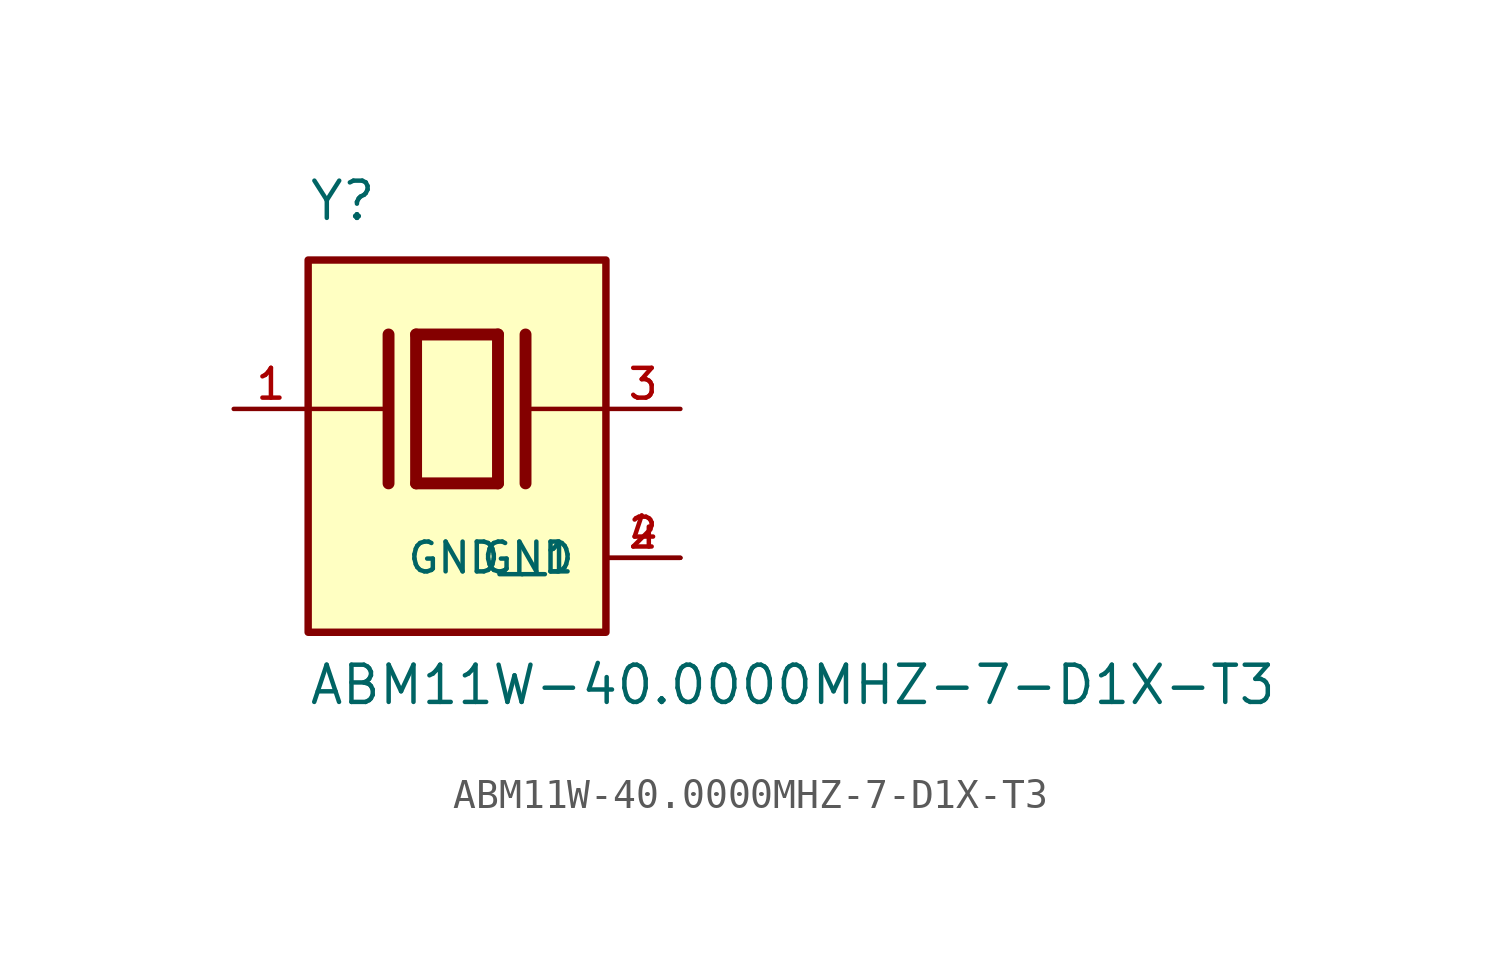
<source format=kicad_sym>
(kicad_symbol_lib
  (version 20211014)
  (generator kicad_symbol_editor)
  (symbol "ABM11W-40.0000MHZ-7-D1X-T3"
    (pin_names
      (offset 1.016))
    (property "Reference" "Y"
      (at -5.088 6.356 0)
      (effects (font (size 1.27 1.27)) (justify bottom left)))
    (property "Value" "ABM11W-40.0000MHZ-7-D1X-T3"
      (at -5.094 -10.16 0)
      (effects (font (size 1.27 1.27)) (justify bottom left)))
    (symbol "ABM11W-40.0000MHZ-7-D1X-T3_0_0"
      (polyline (pts (xy -1.397 2.54) (xy 1.397 2.54)) (stroke (width 0.406)))
      (polyline (pts (xy 1.397 2.54) (xy 1.397 -2.54)) (stroke (width 0.406)))
      (polyline (pts (xy 1.397 -2.54) (xy -1.397 -2.54)) (stroke (width 0.406)))
      (polyline (pts (xy -1.397 2.54) (xy -1.397 -2.54)) (stroke (width 0.406)))
      (polyline (pts (xy 2.337 2.54) (xy 2.337 -2.54)) (stroke (width 0.406)))
      (polyline (pts (xy -2.337 2.54) (xy -2.337 -2.54)) (stroke (width 0.406)))
      (polyline (pts (xy -5.08 0.0) (xy -2.54 0.0)) (stroke (width 0.152)))
      (polyline (pts (xy 2.54 0.0) (xy 5.08 0.0)) (stroke (width 0.152)))
      (rectangle (start -5.08 -7.62) (end 5.08 5.08) (stroke (width 0.254)) (fill (type background)))
      (pin passive line (at 7.62 0.0 180.0) (length 2.54) (name "~" (effects (font (size 1.016 1.016)))) (number "3" (effects (font (size 1.016 1.016)))))
      (pin passive line (at -7.62 0.0 0) (length 2.54) (name "~" (effects (font (size 1.016 1.016)))) (number "1" (effects (font (size 1.016 1.016)))))
      (pin power_in line (at 7.62 -5.08 180.0) (length 2.54) (name "GND" (effects (font (size 1.016 1.016)))) (number "2" (effects (font (size 1.016 1.016)))))
      (pin power_in line (at 7.62 -5.08 180.0) (length 2.54) (name "GND__1" (effects (font (size 1.016 1.016)))) (number "4" (effects (font (size 1.016 1.016))))))))
</source>
